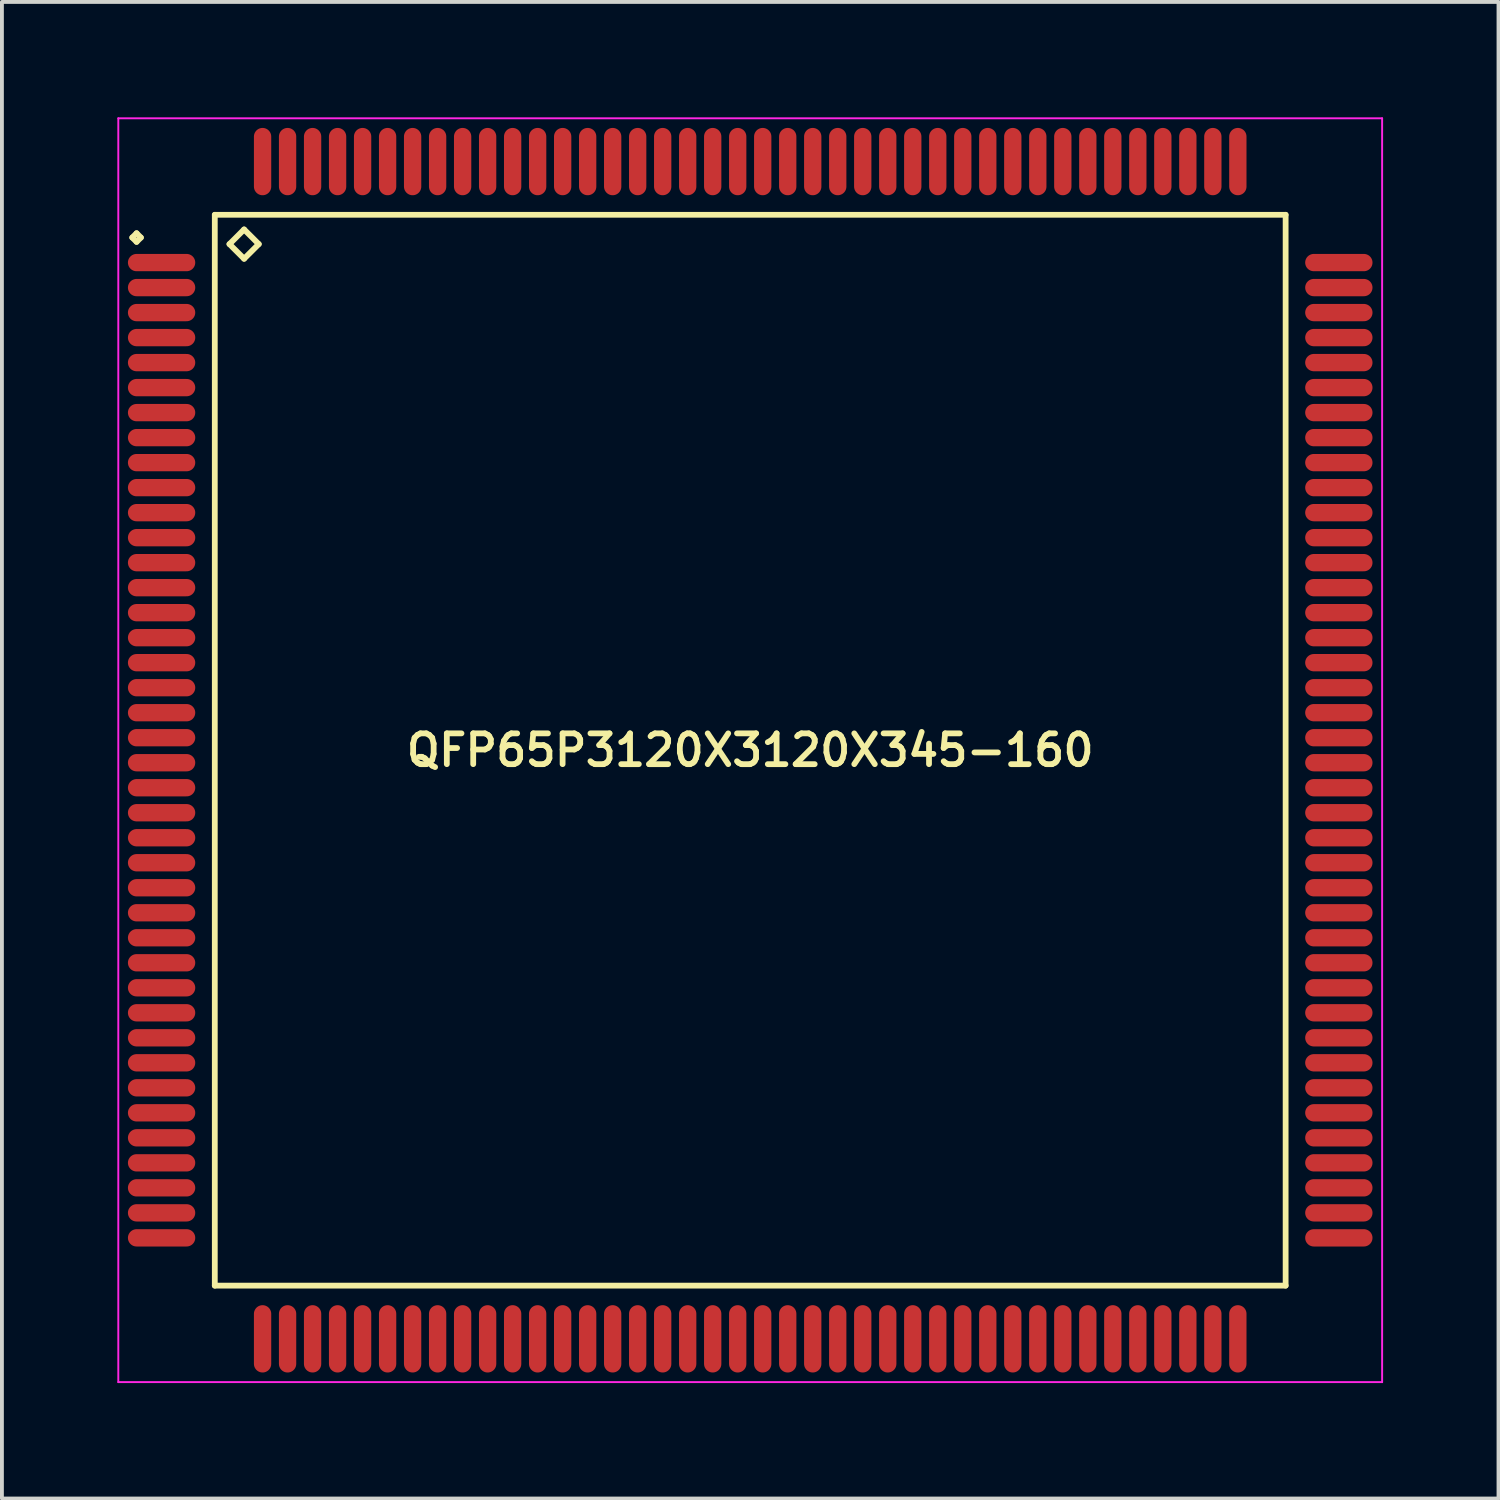
<source format=kicad_pcb>
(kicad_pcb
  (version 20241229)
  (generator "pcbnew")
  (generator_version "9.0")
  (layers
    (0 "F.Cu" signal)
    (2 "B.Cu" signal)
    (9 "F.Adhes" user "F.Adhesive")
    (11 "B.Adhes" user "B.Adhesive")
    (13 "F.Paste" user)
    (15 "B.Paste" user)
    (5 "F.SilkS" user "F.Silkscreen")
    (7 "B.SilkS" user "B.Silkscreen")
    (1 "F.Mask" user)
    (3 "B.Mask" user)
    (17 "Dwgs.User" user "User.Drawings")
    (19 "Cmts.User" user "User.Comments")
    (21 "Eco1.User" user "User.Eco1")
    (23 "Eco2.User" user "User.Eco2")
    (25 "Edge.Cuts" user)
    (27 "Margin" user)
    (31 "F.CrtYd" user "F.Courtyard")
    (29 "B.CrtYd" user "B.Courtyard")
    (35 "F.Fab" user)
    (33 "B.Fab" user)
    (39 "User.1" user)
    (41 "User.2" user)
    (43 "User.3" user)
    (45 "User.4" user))
  (footprint "QFP65P3120X3120X345-160"
    (layer "F.Cu")
    (at 16.45 16.45)
    (property "Reference" "QFP65P3120X3120X345-160" (at 0 0 0) (layer "F.SilkS") (effects (font (size 0.8 0.8) (thickness 0.15))))
    (attr smd)
    (fp_line (start -16.062 -13.325) (end -15.95 -13.438) (stroke (width 0.15) (type solid)) (layer "F.SilkS"))
    (fp_line (start -15.95 -13.438) (end -15.838 -13.325) (stroke (width 0.15) (type solid)) (layer "F.SilkS"))
    (fp_line (start -15.95 -13.213) (end -16.062 -13.325) (stroke (width 0.15) (type solid)) (layer "F.SilkS"))
    (fp_line (start -15.838 -13.325) (end -15.95 -13.213) (stroke (width 0.15) (type solid)) (layer "F.SilkS"))
    (fp_line (start -13.917 -13.917) (end -13.917 13.917) (stroke (width 0.15) (type solid)) (layer "F.SilkS"))
    (fp_line (start -13.917 13.917) (end 13.917 13.917) (stroke (width 0.15) (type solid)) (layer "F.SilkS"))
    (fp_line (start -13.536 -13.155) (end -13.155 -13.536) (stroke (width 0.15) (type solid)) (layer "F.SilkS"))
    (fp_line (start -13.155 -13.536) (end -12.774 -13.155) (stroke (width 0.15) (type solid)) (layer "F.SilkS"))
    (fp_line (start -13.155 -12.774) (end -13.536 -13.155) (stroke (width 0.15) (type solid)) (layer "F.SilkS"))
    (fp_line (start -12.774 -13.155) (end -13.155 -12.774) (stroke (width 0.15) (type solid)) (layer "F.SilkS"))
    (fp_line (start 13.917 -13.917) (end -13.917 -13.917) (stroke (width 0.15) (type solid)) (layer "F.SilkS"))
    (fp_line (start 13.917 13.917) (end 13.917 -13.917) (stroke (width 0.15) (type solid)) (layer "F.SilkS"))
    (fp_line (start -16.425 -16.425) (end 16.425 -16.425) (stroke (width 0.05) (type solid)) (layer "F.CrtYd"))
    (fp_line (start -16.425 16.425) (end -16.425 -16.425) (stroke (width 0.05) (type solid)) (layer "F.CrtYd"))
    (fp_line (start 16.425 -16.425) (end 16.425 16.425) (stroke (width 0.05) (type solid)) (layer "F.CrtYd"))
    (fp_line (start 16.425 16.425) (end -16.425 16.425) (stroke (width 0.05) (type solid)) (layer "F.CrtYd"))
    (pad "1" smd oval (at -15.3 -12.675) (size 1.75 0.45) (layers "F.Cu" "F.Mask" "F.Paste"))
    (pad "2" smd oval (at -15.3 -12.025) (size 1.75 0.45) (layers "F.Cu" "F.Mask" "F.Paste"))
    (pad "3" smd oval (at -15.3 -11.375) (size 1.75 0.45) (layers "F.Cu" "F.Mask" "F.Paste"))
    (pad "4" smd oval (at -15.3 -10.725) (size 1.75 0.45) (layers "F.Cu" "F.Mask" "F.Paste"))
    (pad "5" smd oval (at -15.3 -10.075) (size 1.75 0.45) (layers "F.Cu" "F.Mask" "F.Paste"))
    (pad "6" smd oval (at -15.3 -9.425) (size 1.75 0.45) (layers "F.Cu" "F.Mask" "F.Paste"))
    (pad "7" smd oval (at -15.3 -8.775) (size 1.75 0.45) (layers "F.Cu" "F.Mask" "F.Paste"))
    (pad "8" smd oval (at -15.3 -8.125) (size 1.75 0.45) (layers "F.Cu" "F.Mask" "F.Paste"))
    (pad "9" smd oval (at -15.3 -7.475) (size 1.75 0.45) (layers "F.Cu" "F.Mask" "F.Paste"))
    (pad "10" smd oval (at -15.3 -6.825) (size 1.75 0.45) (layers "F.Cu" "F.Mask" "F.Paste"))
    (pad "11" smd oval (at -15.3 -6.175) (size 1.75 0.45) (layers "F.Cu" "F.Mask" "F.Paste"))
    (pad "12" smd oval (at -15.3 -5.525) (size 1.75 0.45) (layers "F.Cu" "F.Mask" "F.Paste"))
    (pad "13" smd oval (at -15.3 -4.875) (size 1.75 0.45) (layers "F.Cu" "F.Mask" "F.Paste"))
    (pad "14" smd oval (at -15.3 -4.225) (size 1.75 0.45) (layers "F.Cu" "F.Mask" "F.Paste"))
    (pad "15" smd oval (at -15.3 -3.575) (size 1.75 0.45) (layers "F.Cu" "F.Mask" "F.Paste"))
    (pad "16" smd oval (at -15.3 -2.925) (size 1.75 0.45) (layers "F.Cu" "F.Mask" "F.Paste"))
    (pad "17" smd oval (at -15.3 -2.275) (size 1.75 0.45) (layers "F.Cu" "F.Mask" "F.Paste"))
    (pad "18" smd oval (at -15.3 -1.625) (size 1.75 0.45) (layers "F.Cu" "F.Mask" "F.Paste"))
    (pad "19" smd oval (at -15.3 -0.975) (size 1.75 0.45) (layers "F.Cu" "F.Mask" "F.Paste"))
    (pad "20" smd oval (at -15.3 -0.325) (size 1.75 0.45) (layers "F.Cu" "F.Mask" "F.Paste"))
    (pad "21" smd oval (at -15.3 0.325) (size 1.75 0.45) (layers "F.Cu" "F.Mask" "F.Paste"))
    (pad "22" smd oval (at -15.3 0.975) (size 1.75 0.45) (layers "F.Cu" "F.Mask" "F.Paste"))
    (pad "23" smd oval (at -15.3 1.625) (size 1.75 0.45) (layers "F.Cu" "F.Mask" "F.Paste"))
    (pad "24" smd oval (at -15.3 2.275) (size 1.75 0.45) (layers "F.Cu" "F.Mask" "F.Paste"))
    (pad "25" smd oval (at -15.3 2.925) (size 1.75 0.45) (layers "F.Cu" "F.Mask" "F.Paste"))
    (pad "26" smd oval (at -15.3 3.575) (size 1.75 0.45) (layers "F.Cu" "F.Mask" "F.Paste"))
    (pad "27" smd oval (at -15.3 4.225) (size 1.75 0.45) (layers "F.Cu" "F.Mask" "F.Paste"))
    (pad "28" smd oval (at -15.3 4.875) (size 1.75 0.45) (layers "F.Cu" "F.Mask" "F.Paste"))
    (pad "29" smd oval (at -15.3 5.525) (size 1.75 0.45) (layers "F.Cu" "F.Mask" "F.Paste"))
    (pad "30" smd oval (at -15.3 6.175) (size 1.75 0.45) (layers "F.Cu" "F.Mask" "F.Paste"))
    (pad "31" smd oval (at -15.3 6.825) (size 1.75 0.45) (layers "F.Cu" "F.Mask" "F.Paste"))
    (pad "32" smd oval (at -15.3 7.475) (size 1.75 0.45) (layers "F.Cu" "F.Mask" "F.Paste"))
    (pad "33" smd oval (at -15.3 8.125) (size 1.75 0.45) (layers "F.Cu" "F.Mask" "F.Paste"))
    (pad "34" smd oval (at -15.3 8.775) (size 1.75 0.45) (layers "F.Cu" "F.Mask" "F.Paste"))
    (pad "35" smd oval (at -15.3 9.425) (size 1.75 0.45) (layers "F.Cu" "F.Mask" "F.Paste"))
    (pad "36" smd oval (at -15.3 10.075) (size 1.75 0.45) (layers "F.Cu" "F.Mask" "F.Paste"))
    (pad "37" smd oval (at -15.3 10.725) (size 1.75 0.45) (layers "F.Cu" "F.Mask" "F.Paste"))
    (pad "38" smd oval (at -15.3 11.375) (size 1.75 0.45) (layers "F.Cu" "F.Mask" "F.Paste"))
    (pad "39" smd oval (at -15.3 12.025) (size 1.75 0.45) (layers "F.Cu" "F.Mask" "F.Paste"))
    (pad "40" smd oval (at -15.3 12.675) (size 1.75 0.45) (layers "F.Cu" "F.Mask" "F.Paste"))
    (pad "41" smd oval (at -12.675 15.3) (size 0.45 1.75) (layers "F.Cu" "F.Mask" "F.Paste"))
    (pad "42" smd oval (at -12.025 15.3) (size 0.45 1.75) (layers "F.Cu" "F.Mask" "F.Paste"))
    (pad "43" smd oval (at -11.375 15.3) (size 0.45 1.75) (layers "F.Cu" "F.Mask" "F.Paste"))
    (pad "44" smd oval (at -10.725 15.3) (size 0.45 1.75) (layers "F.Cu" "F.Mask" "F.Paste"))
    (pad "45" smd oval (at -10.075 15.3) (size 0.45 1.75) (layers "F.Cu" "F.Mask" "F.Paste"))
    (pad "46" smd oval (at -9.425 15.3) (size 0.45 1.75) (layers "F.Cu" "F.Mask" "F.Paste"))
    (pad "47" smd oval (at -8.775 15.3) (size 0.45 1.75) (layers "F.Cu" "F.Mask" "F.Paste"))
    (pad "48" smd oval (at -8.125 15.3) (size 0.45 1.75) (layers "F.Cu" "F.Mask" "F.Paste"))
    (pad "49" smd oval (at -7.475 15.3) (size 0.45 1.75) (layers "F.Cu" "F.Mask" "F.Paste"))
    (pad "50" smd oval (at -6.825 15.3) (size 0.45 1.75) (layers "F.Cu" "F.Mask" "F.Paste"))
    (pad "51" smd oval (at -6.175 15.3) (size 0.45 1.75) (layers "F.Cu" "F.Mask" "F.Paste"))
    (pad "52" smd oval (at -5.525 15.3) (size 0.45 1.75) (layers "F.Cu" "F.Mask" "F.Paste"))
    (pad "53" smd oval (at -4.875 15.3) (size 0.45 1.75) (layers "F.Cu" "F.Mask" "F.Paste"))
    (pad "54" smd oval (at -4.225 15.3) (size 0.45 1.75) (layers "F.Cu" "F.Mask" "F.Paste"))
    (pad "55" smd oval (at -3.575 15.3) (size 0.45 1.75) (layers "F.Cu" "F.Mask" "F.Paste"))
    (pad "56" smd oval (at -2.925 15.3) (size 0.45 1.75) (layers "F.Cu" "F.Mask" "F.Paste"))
    (pad "57" smd oval (at -2.275 15.3) (size 0.45 1.75) (layers "F.Cu" "F.Mask" "F.Paste"))
    (pad "58" smd oval (at -1.625 15.3) (size 0.45 1.75) (layers "F.Cu" "F.Mask" "F.Paste"))
    (pad "59" smd oval (at -0.975 15.3) (size 0.45 1.75) (layers "F.Cu" "F.Mask" "F.Paste"))
    (pad "60" smd oval (at -0.325 15.3) (size 0.45 1.75) (layers "F.Cu" "F.Mask" "F.Paste"))
    (pad "61" smd oval (at 0.325 15.3) (size 0.45 1.75) (layers "F.Cu" "F.Mask" "F.Paste"))
    (pad "62" smd oval (at 0.975 15.3) (size 0.45 1.75) (layers "F.Cu" "F.Mask" "F.Paste"))
    (pad "63" smd oval (at 1.625 15.3) (size 0.45 1.75) (layers "F.Cu" "F.Mask" "F.Paste"))
    (pad "64" smd oval (at 2.275 15.3) (size 0.45 1.75) (layers "F.Cu" "F.Mask" "F.Paste"))
    (pad "65" smd oval (at 2.925 15.3) (size 0.45 1.75) (layers "F.Cu" "F.Mask" "F.Paste"))
    (pad "66" smd oval (at 3.575 15.3) (size 0.45 1.75) (layers "F.Cu" "F.Mask" "F.Paste"))
    (pad "67" smd oval (at 4.225 15.3) (size 0.45 1.75) (layers "F.Cu" "F.Mask" "F.Paste"))
    (pad "68" smd oval (at 4.875 15.3) (size 0.45 1.75) (layers "F.Cu" "F.Mask" "F.Paste"))
    (pad "69" smd oval (at 5.525 15.3) (size 0.45 1.75) (layers "F.Cu" "F.Mask" "F.Paste"))
    (pad "70" smd oval (at 6.175 15.3) (size 0.45 1.75) (layers "F.Cu" "F.Mask" "F.Paste"))
    (pad "71" smd oval (at 6.825 15.3) (size 0.45 1.75) (layers "F.Cu" "F.Mask" "F.Paste"))
    (pad "72" smd oval (at 7.475 15.3) (size 0.45 1.75) (layers "F.Cu" "F.Mask" "F.Paste"))
    (pad "73" smd oval (at 8.125 15.3) (size 0.45 1.75) (layers "F.Cu" "F.Mask" "F.Paste"))
    (pad "74" smd oval (at 8.775 15.3) (size 0.45 1.75) (layers "F.Cu" "F.Mask" "F.Paste"))
    (pad "75" smd oval (at 9.425 15.3) (size 0.45 1.75) (layers "F.Cu" "F.Mask" "F.Paste"))
    (pad "76" smd oval (at 10.075 15.3) (size 0.45 1.75) (layers "F.Cu" "F.Mask" "F.Paste"))
    (pad "77" smd oval (at 10.725 15.3) (size 0.45 1.75) (layers "F.Cu" "F.Mask" "F.Paste"))
    (pad "78" smd oval (at 11.375 15.3) (size 0.45 1.75) (layers "F.Cu" "F.Mask" "F.Paste"))
    (pad "79" smd oval (at 12.025 15.3) (size 0.45 1.75) (layers "F.Cu" "F.Mask" "F.Paste"))
    (pad "80" smd oval (at 12.675 15.3) (size 0.45 1.75) (layers "F.Cu" "F.Mask" "F.Paste"))
    (pad "81" smd oval (at 15.3 12.675) (size 1.75 0.45) (layers "F.Cu" "F.Mask" "F.Paste"))
    (pad "82" smd oval (at 15.3 12.025) (size 1.75 0.45) (layers "F.Cu" "F.Mask" "F.Paste"))
    (pad "83" smd oval (at 15.3 11.375) (size 1.75 0.45) (layers "F.Cu" "F.Mask" "F.Paste"))
    (pad "84" smd oval (at 15.3 10.725) (size 1.75 0.45) (layers "F.Cu" "F.Mask" "F.Paste"))
    (pad "85" smd oval (at 15.3 10.075) (size 1.75 0.45) (layers "F.Cu" "F.Mask" "F.Paste"))
    (pad "86" smd oval (at 15.3 9.425) (size 1.75 0.45) (layers "F.Cu" "F.Mask" "F.Paste"))
    (pad "87" smd oval (at 15.3 8.775) (size 1.75 0.45) (layers "F.Cu" "F.Mask" "F.Paste"))
    (pad "88" smd oval (at 15.3 8.125) (size 1.75 0.45) (layers "F.Cu" "F.Mask" "F.Paste"))
    (pad "89" smd oval (at 15.3 7.475) (size 1.75 0.45) (layers "F.Cu" "F.Mask" "F.Paste"))
    (pad "90" smd oval (at 15.3 6.825) (size 1.75 0.45) (layers "F.Cu" "F.Mask" "F.Paste"))
    (pad "91" smd oval (at 15.3 6.175) (size 1.75 0.45) (layers "F.Cu" "F.Mask" "F.Paste"))
    (pad "92" smd oval (at 15.3 5.525) (size 1.75 0.45) (layers "F.Cu" "F.Mask" "F.Paste"))
    (pad "93" smd oval (at 15.3 4.875) (size 1.75 0.45) (layers "F.Cu" "F.Mask" "F.Paste"))
    (pad "94" smd oval (at 15.3 4.225) (size 1.75 0.45) (layers "F.Cu" "F.Mask" "F.Paste"))
    (pad "95" smd oval (at 15.3 3.575) (size 1.75 0.45) (layers "F.Cu" "F.Mask" "F.Paste"))
    (pad "96" smd oval (at 15.3 2.925) (size 1.75 0.45) (layers "F.Cu" "F.Mask" "F.Paste"))
    (pad "97" smd oval (at 15.3 2.275) (size 1.75 0.45) (layers "F.Cu" "F.Mask" "F.Paste"))
    (pad "98" smd oval (at 15.3 1.625) (size 1.75 0.45) (layers "F.Cu" "F.Mask" "F.Paste"))
    (pad "99" smd oval (at 15.3 0.975) (size 1.75 0.45) (layers "F.Cu" "F.Mask" "F.Paste"))
    (pad "100" smd oval (at 15.3 0.325) (size 1.75 0.45) (layers "F.Cu" "F.Mask" "F.Paste"))
    (pad "101" smd oval (at 15.3 -0.325) (size 1.75 0.45) (layers "F.Cu" "F.Mask" "F.Paste"))
    (pad "102" smd oval (at 15.3 -0.975) (size 1.75 0.45) (layers "F.Cu" "F.Mask" "F.Paste"))
    (pad "103" smd oval (at 15.3 -1.625) (size 1.75 0.45) (layers "F.Cu" "F.Mask" "F.Paste"))
    (pad "104" smd oval (at 15.3 -2.275) (size 1.75 0.45) (layers "F.Cu" "F.Mask" "F.Paste"))
    (pad "105" smd oval (at 15.3 -2.925) (size 1.75 0.45) (layers "F.Cu" "F.Mask" "F.Paste"))
    (pad "106" smd oval (at 15.3 -3.575) (size 1.75 0.45) (layers "F.Cu" "F.Mask" "F.Paste"))
    (pad "107" smd oval (at 15.3 -4.225) (size 1.75 0.45) (layers "F.Cu" "F.Mask" "F.Paste"))
    (pad "108" smd oval (at 15.3 -4.875) (size 1.75 0.45) (layers "F.Cu" "F.Mask" "F.Paste"))
    (pad "109" smd oval (at 15.3 -5.525) (size 1.75 0.45) (layers "F.Cu" "F.Mask" "F.Paste"))
    (pad "110" smd oval (at 15.3 -6.175) (size 1.75 0.45) (layers "F.Cu" "F.Mask" "F.Paste"))
    (pad "111" smd oval (at 15.3 -6.825) (size 1.75 0.45) (layers "F.Cu" "F.Mask" "F.Paste"))
    (pad "112" smd oval (at 15.3 -7.475) (size 1.75 0.45) (layers "F.Cu" "F.Mask" "F.Paste"))
    (pad "113" smd oval (at 15.3 -8.125) (size 1.75 0.45) (layers "F.Cu" "F.Mask" "F.Paste"))
    (pad "114" smd oval (at 15.3 -8.775) (size 1.75 0.45) (layers "F.Cu" "F.Mask" "F.Paste"))
    (pad "115" smd oval (at 15.3 -9.425) (size 1.75 0.45) (layers "F.Cu" "F.Mask" "F.Paste"))
    (pad "116" smd oval (at 15.3 -10.075) (size 1.75 0.45) (layers "F.Cu" "F.Mask" "F.Paste"))
    (pad "117" smd oval (at 15.3 -10.725) (size 1.75 0.45) (layers "F.Cu" "F.Mask" "F.Paste"))
    (pad "118" smd oval (at 15.3 -11.375) (size 1.75 0.45) (layers "F.Cu" "F.Mask" "F.Paste"))
    (pad "119" smd oval (at 15.3 -12.025) (size 1.75 0.45) (layers "F.Cu" "F.Mask" "F.Paste"))
    (pad "120" smd oval (at 15.3 -12.675) (size 1.75 0.45) (layers "F.Cu" "F.Mask" "F.Paste"))
    (pad "121" smd oval (at 12.675 -15.3) (size 0.45 1.75) (layers "F.Cu" "F.Mask" "F.Paste"))
    (pad "122" smd oval (at 12.025 -15.3) (size 0.45 1.75) (layers "F.Cu" "F.Mask" "F.Paste"))
    (pad "123" smd oval (at 11.375 -15.3) (size 0.45 1.75) (layers "F.Cu" "F.Mask" "F.Paste"))
    (pad "124" smd oval (at 10.725 -15.3) (size 0.45 1.75) (layers "F.Cu" "F.Mask" "F.Paste"))
    (pad "125" smd oval (at 10.075 -15.3) (size 0.45 1.75) (layers "F.Cu" "F.Mask" "F.Paste"))
    (pad "126" smd oval (at 9.425 -15.3) (size 0.45 1.75) (layers "F.Cu" "F.Mask" "F.Paste"))
    (pad "127" smd oval (at 8.775 -15.3) (size 0.45 1.75) (layers "F.Cu" "F.Mask" "F.Paste"))
    (pad "128" smd oval (at 8.125 -15.3) (size 0.45 1.75) (layers "F.Cu" "F.Mask" "F.Paste"))
    (pad "129" smd oval (at 7.475 -15.3) (size 0.45 1.75) (layers "F.Cu" "F.Mask" "F.Paste"))
    (pad "130" smd oval (at 6.825 -15.3) (size 0.45 1.75) (layers "F.Cu" "F.Mask" "F.Paste"))
    (pad "131" smd oval (at 6.175 -15.3) (size 0.45 1.75) (layers "F.Cu" "F.Mask" "F.Paste"))
    (pad "132" smd oval (at 5.525 -15.3) (size 0.45 1.75) (layers "F.Cu" "F.Mask" "F.Paste"))
    (pad "133" smd oval (at 4.875 -15.3) (size 0.45 1.75) (layers "F.Cu" "F.Mask" "F.Paste"))
    (pad "134" smd oval (at 4.225 -15.3) (size 0.45 1.75) (layers "F.Cu" "F.Mask" "F.Paste"))
    (pad "135" smd oval (at 3.575 -15.3) (size 0.45 1.75) (layers "F.Cu" "F.Mask" "F.Paste"))
    (pad "136" smd oval (at 2.925 -15.3) (size 0.45 1.75) (layers "F.Cu" "F.Mask" "F.Paste"))
    (pad "137" smd oval (at 2.275 -15.3) (size 0.45 1.75) (layers "F.Cu" "F.Mask" "F.Paste"))
    (pad "138" smd oval (at 1.625 -15.3) (size 0.45 1.75) (layers "F.Cu" "F.Mask" "F.Paste"))
    (pad "139" smd oval (at 0.975 -15.3) (size 0.45 1.75) (layers "F.Cu" "F.Mask" "F.Paste"))
    (pad "140" smd oval (at 0.325 -15.3) (size 0.45 1.75) (layers "F.Cu" "F.Mask" "F.Paste"))
    (pad "141" smd oval (at -0.325 -15.3) (size 0.45 1.75) (layers "F.Cu" "F.Mask" "F.Paste"))
    (pad "142" smd oval (at -0.975 -15.3) (size 0.45 1.75) (layers "F.Cu" "F.Mask" "F.Paste"))
    (pad "143" smd oval (at -1.625 -15.3) (size 0.45 1.75) (layers "F.Cu" "F.Mask" "F.Paste"))
    (pad "144" smd oval (at -2.275 -15.3) (size 0.45 1.75) (layers "F.Cu" "F.Mask" "F.Paste"))
    (pad "145" smd oval (at -2.925 -15.3) (size 0.45 1.75) (layers "F.Cu" "F.Mask" "F.Paste"))
    (pad "146" smd oval (at -3.575 -15.3) (size 0.45 1.75) (layers "F.Cu" "F.Mask" "F.Paste"))
    (pad "147" smd oval (at -4.225 -15.3) (size 0.45 1.75) (layers "F.Cu" "F.Mask" "F.Paste"))
    (pad "148" smd oval (at -4.875 -15.3) (size 0.45 1.75) (layers "F.Cu" "F.Mask" "F.Paste"))
    (pad "149" smd oval (at -5.525 -15.3) (size 0.45 1.75) (layers "F.Cu" "F.Mask" "F.Paste"))
    (pad "150" smd oval (at -6.175 -15.3) (size 0.45 1.75) (layers "F.Cu" "F.Mask" "F.Paste"))
    (pad "151" smd oval (at -6.825 -15.3) (size 0.45 1.75) (layers "F.Cu" "F.Mask" "F.Paste"))
    (pad "152" smd oval (at -7.475 -15.3) (size 0.45 1.75) (layers "F.Cu" "F.Mask" "F.Paste"))
    (pad "153" smd oval (at -8.125 -15.3) (size 0.45 1.75) (layers "F.Cu" "F.Mask" "F.Paste"))
    (pad "154" smd oval (at -8.775 -15.3) (size 0.45 1.75) (layers "F.Cu" "F.Mask" "F.Paste"))
    (pad "155" smd oval (at -9.425 -15.3) (size 0.45 1.75) (layers "F.Cu" "F.Mask" "F.Paste"))
    (pad "156" smd oval (at -10.075 -15.3) (size 0.45 1.75) (layers "F.Cu" "F.Mask" "F.Paste"))
    (pad "157" smd oval (at -10.725 -15.3) (size 0.45 1.75) (layers "F.Cu" "F.Mask" "F.Paste"))
    (pad "158" smd oval (at -11.375 -15.3) (size 0.45 1.75) (layers "F.Cu" "F.Mask" "F.Paste"))
    (pad "159" smd oval (at -12.025 -15.3) (size 0.45 1.75) (layers "F.Cu" "F.Mask" "F.Paste"))
    (pad "160" smd oval (at -12.675 -15.3) (size 0.45 1.75) (layers "F.Cu" "F.Mask" "F.Paste")))
  (gr_rect
    (start -3 -3)
    (end 35.9 35.9)
    (stroke (width 0.1) (type default))
    (fill no)
    (layer "Edge.Cuts")))
</source>
